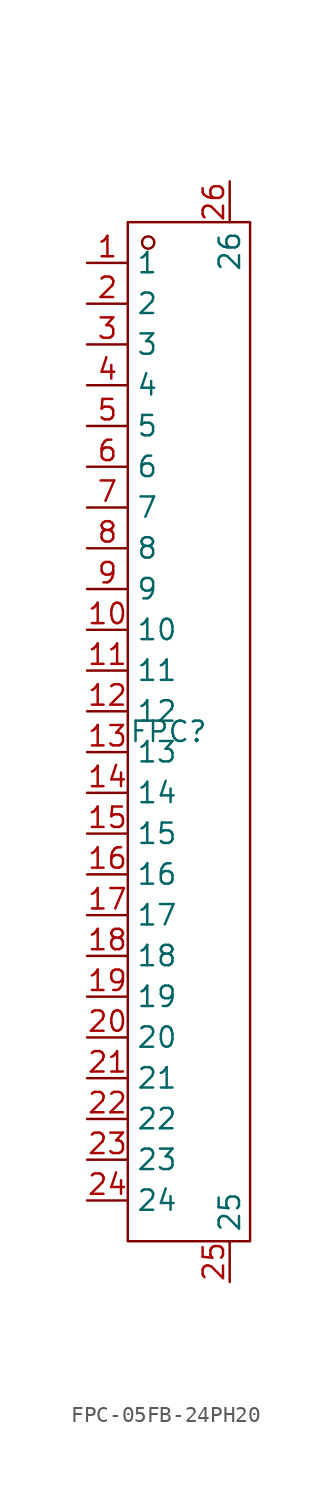
<source format=kicad_sym>
(kicad_symbol_lib
  (version 20241209)
  (generator "kicad_symbol_editor")
  (generator_version "9.0")
  (symbol "FPC-05FB-24PH20"
    (property "Reference" "FPC"
      (at 0 0 0)
      (effects (font (size 1.27 1.27))))
    (property "Value" ""
      (at 0 0 0)
      (effects (font (size 1.27 1.27))))
    (symbol "FPC-05FB-24PH20_1_0"
      (rectangle (start -2.54 -31.75) (end 5.08 31.75) (stroke (width 0) (type default)) (fill (type none)))
      (circle (center -1.27 30.48) (radius 0.381) (stroke (width 0) (type default)) (fill (type none)))
      (pin input line (at -5.08 29.21 0) (length 2.54) (name "1" (effects (font (size 1.27 1.27)))) (number "1" (effects (font (size 1.27 1.27)))))
      (pin input line (at -5.08 26.67 0) (length 2.54) (name "2" (effects (font (size 1.27 1.27)))) (number "2" (effects (font (size 1.27 1.27)))))
      (pin input line (at -5.08 24.13 0) (length 2.54) (name "3" (effects (font (size 1.27 1.27)))) (number "3" (effects (font (size 1.27 1.27)))))
      (pin input line (at -5.08 21.59 0) (length 2.54) (name "4" (effects (font (size 1.27 1.27)))) (number "4" (effects (font (size 1.27 1.27)))))
      (pin input line (at -5.08 19.05 0) (length 2.54) (name "5" (effects (font (size 1.27 1.27)))) (number "5" (effects (font (size 1.27 1.27)))))
      (pin input line (at -5.08 16.51 0) (length 2.54) (name "6" (effects (font (size 1.27 1.27)))) (number "6" (effects (font (size 1.27 1.27)))))
      (pin input line (at -5.08 13.97 0) (length 2.54) (name "7" (effects (font (size 1.27 1.27)))) (number "7" (effects (font (size 1.27 1.27)))))
      (pin input line (at -5.08 11.43 0) (length 2.54) (name "8" (effects (font (size 1.27 1.27)))) (number "8" (effects (font (size 1.27 1.27)))))
      (pin input line (at -5.08 8.89 0) (length 2.54) (name "9" (effects (font (size 1.27 1.27)))) (number "9" (effects (font (size 1.27 1.27)))))
      (pin input line (at -5.08 6.35 0) (length 2.54) (name "10" (effects (font (size 1.27 1.27)))) (number "10" (effects (font (size 1.27 1.27)))))
      (pin input line (at -5.08 3.81 0) (length 2.54) (name "11" (effects (font (size 1.27 1.27)))) (number "11" (effects (font (size 1.27 1.27)))))
      (pin input line (at -5.08 1.27 0) (length 2.54) (name "12" (effects (font (size 1.27 1.27)))) (number "12" (effects (font (size 1.27 1.27)))))
      (pin input line (at -5.08 -1.27 0) (length 2.54) (name "13" (effects (font (size 1.27 1.27)))) (number "13" (effects (font (size 1.27 1.27)))))
      (pin input line (at -5.08 -3.81 0) (length 2.54) (name "14" (effects (font (size 1.27 1.27)))) (number "14" (effects (font (size 1.27 1.27)))))
      (pin input line (at -5.08 -6.35 0) (length 2.54) (name "15" (effects (font (size 1.27 1.27)))) (number "15" (effects (font (size 1.27 1.27)))))
      (pin input line (at -5.08 -8.89 0) (length 2.54) (name "16" (effects (font (size 1.27 1.27)))) (number "16" (effects (font (size 1.27 1.27)))))
      (pin input line (at -5.08 -11.43 0) (length 2.54) (name "17" (effects (font (size 1.27 1.27)))) (number "17" (effects (font (size 1.27 1.27)))))
      (pin input line (at -5.08 -13.97 0) (length 2.54) (name "18" (effects (font (size 1.27 1.27)))) (number "18" (effects (font (size 1.27 1.27)))))
      (pin input line (at -5.08 -16.51 0) (length 2.54) (name "19" (effects (font (size 1.27 1.27)))) (number "19" (effects (font (size 1.27 1.27)))))
      (pin input line (at -5.08 -19.05 0) (length 2.54) (name "20" (effects (font (size 1.27 1.27)))) (number "20" (effects (font (size 1.27 1.27)))))
      (pin input line (at -5.08 -21.59 0) (length 2.54) (name "21" (effects (font (size 1.27 1.27)))) (number "21" (effects (font (size 1.27 1.27)))))
      (pin input line (at -5.08 -24.13 0) (length 2.54) (name "22" (effects (font (size 1.27 1.27)))) (number "22" (effects (font (size 1.27 1.27)))))
      (pin input line (at -5.08 -26.67 0) (length 2.54) (name "23" (effects (font (size 1.27 1.27)))) (number "23" (effects (font (size 1.27 1.27)))))
      (pin input line (at -5.08 -29.21 0) (length 2.54) (name "24" (effects (font (size 1.27 1.27)))) (number "24" (effects (font (size 1.27 1.27)))))
      (pin input line (at 3.81 34.29 270) (length 2.54) (name "26" (effects (font (size 1.27 1.27)))) (number "26" (effects (font (size 1.27 1.27)))))
      (pin input line (at 3.81 -34.29 90) (length 2.54) (name "25" (effects (font (size 1.27 1.27)))) (number "25" (effects (font (size 1.27 1.27))))))))
</source>
